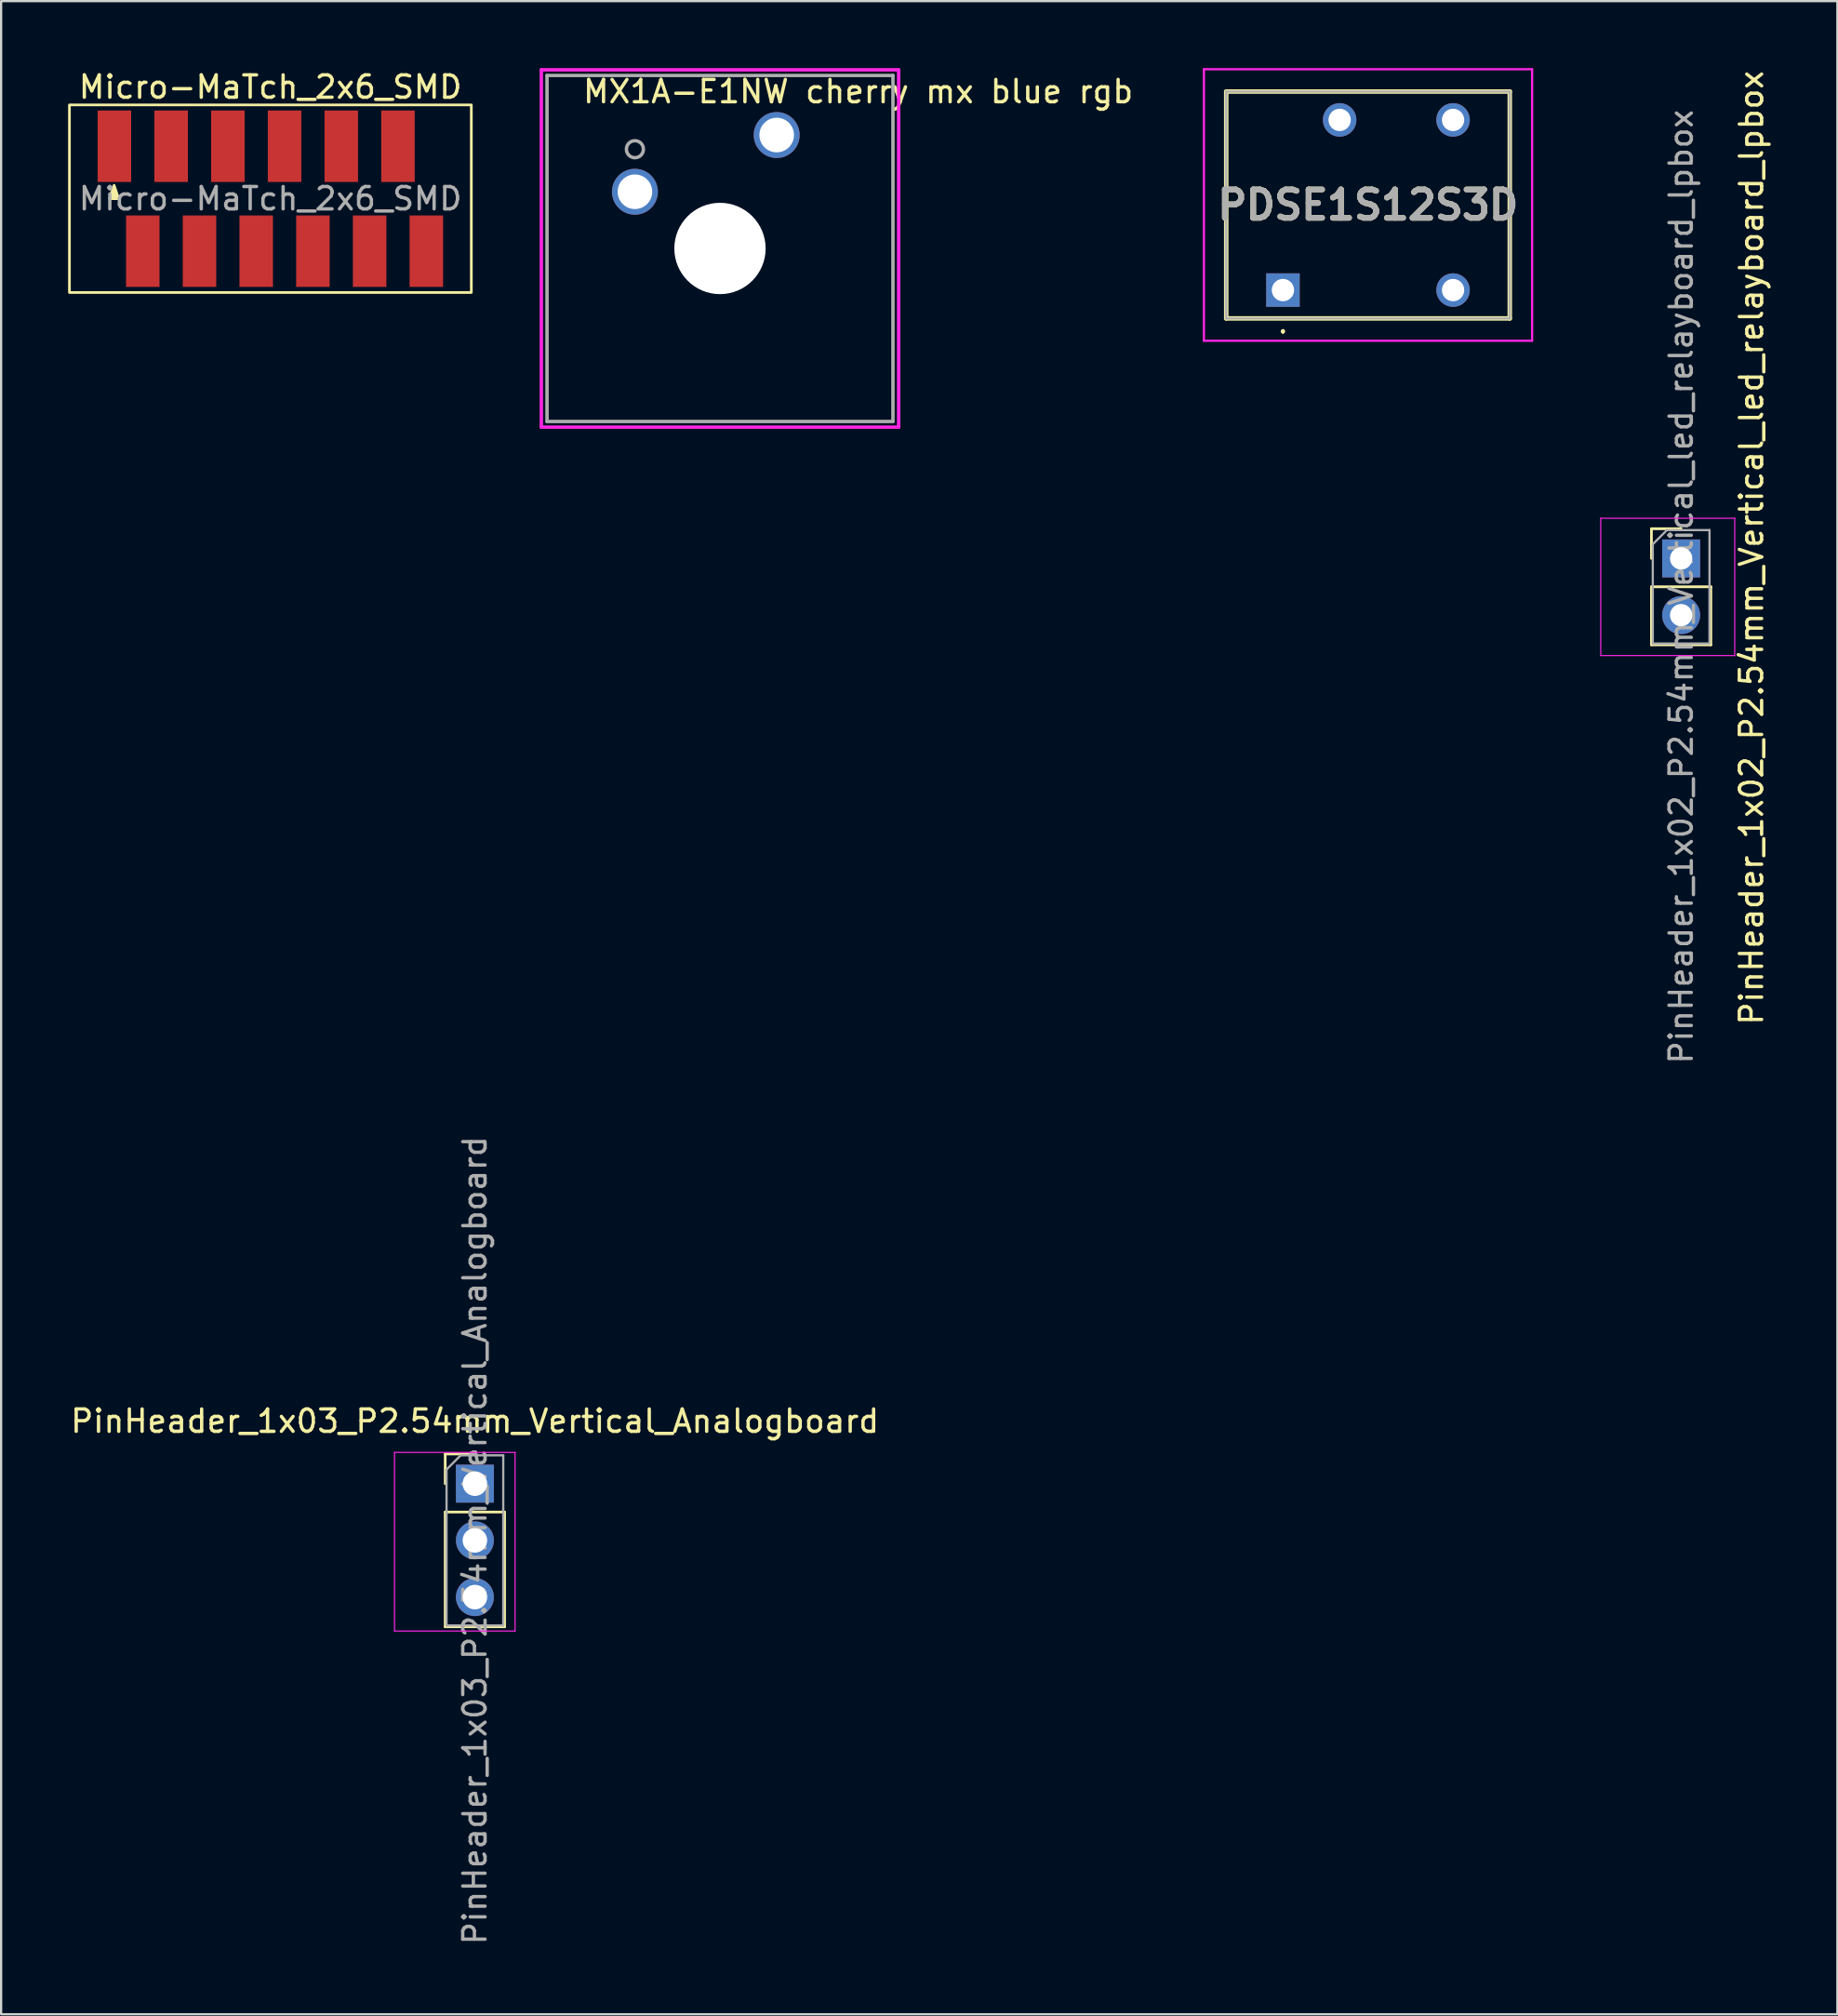
<source format=kicad_pcb>
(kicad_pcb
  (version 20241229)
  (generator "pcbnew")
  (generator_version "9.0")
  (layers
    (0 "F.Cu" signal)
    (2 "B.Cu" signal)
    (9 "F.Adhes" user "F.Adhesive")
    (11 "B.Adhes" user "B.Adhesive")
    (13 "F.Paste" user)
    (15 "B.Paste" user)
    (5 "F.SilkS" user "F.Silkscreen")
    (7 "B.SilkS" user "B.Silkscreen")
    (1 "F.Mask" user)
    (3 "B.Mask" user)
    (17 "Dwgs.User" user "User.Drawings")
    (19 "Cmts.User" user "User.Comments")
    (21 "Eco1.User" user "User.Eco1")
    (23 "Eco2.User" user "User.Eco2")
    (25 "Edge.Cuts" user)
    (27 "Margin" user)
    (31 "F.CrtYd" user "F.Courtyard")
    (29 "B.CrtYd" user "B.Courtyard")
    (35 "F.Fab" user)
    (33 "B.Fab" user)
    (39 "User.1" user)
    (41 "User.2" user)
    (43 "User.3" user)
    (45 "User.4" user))
  (footprint "PinHeader_1x02_P2.54mm_Vertical_led_relayboard_lpbox"
    (layer "F.Cu")
    (at 72.246 21.957)
    (property "Reference" "PinHeader_1x02_P2.54mm_Vertical_led_relayboard_lpbox" (at 3.15 -0.475 270) (layer "F.SilkS") (effects (font (size 1 1) (thickness 0.15))))
    (attr through_hole)
    (fp_line (start -1.33 -1.33) (end 0 -1.33) (stroke (width 0.12) (type solid)) (layer "F.SilkS"))
    (fp_line (start -1.33 0) (end -1.33 -1.33) (stroke (width 0.12) (type solid)) (layer "F.SilkS"))
    (fp_line (start -1.33 1.27) (end -1.33 3.87) (stroke (width 0.12) (type solid)) (layer "F.SilkS"))
    (fp_line (start -1.33 1.27) (end 1.33 1.27) (stroke (width 0.12) (type solid)) (layer "F.SilkS"))
    (fp_line (start -1.33 3.87) (end 1.33 3.87) (stroke (width 0.12) (type solid)) (layer "F.SilkS"))
    (fp_line (start 1.33 1.27) (end 1.33 3.87) (stroke (width 0.12) (type solid)) (layer "F.SilkS"))
    (fp_line (start -3.6 -1.8) (end -3.6 4.35) (stroke (width 0.05) (type solid)) (layer "F.CrtYd"))
    (fp_line (start -3.6 4.35) (end 2.4 4.35) (stroke (width 0.05) (type solid)) (layer "F.CrtYd"))
    (fp_line (start 2.4 -1.8) (end -3.6 -1.8) (stroke (width 0.05) (type solid)) (layer "F.CrtYd"))
    (fp_line (start 2.4 4.35) (end 2.4 -1.8) (stroke (width 0.05) (type solid)) (layer "F.CrtYd"))
    (fp_line (start -1.27 -0.635) (end -0.635 -1.27) (stroke (width 0.1) (type solid)) (layer "F.Fab"))
    (fp_line (start -1.27 3.81) (end -1.27 -0.635) (stroke (width 0.1) (type solid)) (layer "F.Fab"))
    (fp_line (start -0.635 -1.27) (end 1.27 -1.27) (stroke (width 0.1) (type solid)) (layer "F.Fab"))
    (fp_line (start 1.27 -1.27) (end 1.27 3.81) (stroke (width 0.1) (type solid)) (layer "F.Fab"))
    (fp_line (start 1.27 3.81) (end -1.27 3.81) (stroke (width 0.1) (type solid)) (layer "F.Fab"))
    (fp_text user "${REFERENCE}" (at 0 1.27 270) (layer "F.Fab") (effects (font (size 1 1) (thickness 0.15))))
    (pad "1" thru_hole rect (at 0 0) (size 1.7 1.7) (drill 1) (layers "*.Cu" "*.Mask"))
    (pad "2" thru_hole oval (at 0 2.54) (size 1.7 1.7) (drill 1) (layers "*.Cu" "*.Mask")))
  (footprint "PinHeader_1x03_P2.54mm_Vertical_Analogboard"
    (layer "F.Cu")
    (at 18.22 63.39)
    (property "Reference" "PinHeader_1x03_P2.54mm_Vertical_Analogboard" (at 0 -2.8 0) (layer "F.SilkS") (effects (font (size 1 1) (thickness 0.15))))
    (attr through_hole)
    (fp_line (start -1.33 -1.33) (end 0 -1.33) (stroke (width 0.12) (type solid)) (layer "F.SilkS"))
    (fp_line (start -1.33 0) (end -1.33 -1.33) (stroke (width 0.12) (type solid)) (layer "F.SilkS"))
    (fp_line (start -1.33 1.27) (end -1.33 6.41) (stroke (width 0.12) (type solid)) (layer "F.SilkS"))
    (fp_line (start -1.33 1.27) (end 1.33 1.27) (stroke (width 0.12) (type solid)) (layer "F.SilkS"))
    (fp_line (start -1.33 6.41) (end 1.33 6.41) (stroke (width 0.12) (type solid)) (layer "F.SilkS"))
    (fp_line (start 1.33 1.27) (end 1.33 6.41) (stroke (width 0.12) (type solid)) (layer "F.SilkS"))
    (fp_line (start -3.6 -1.4) (end -3.6 6.6) (stroke (width 0.05) (type solid)) (layer "F.CrtYd"))
    (fp_line (start -3.6 6.6) (end 1.8 6.6) (stroke (width 0.05) (type solid)) (layer "F.CrtYd"))
    (fp_line (start 1.8 -1.4) (end -3.6 -1.4) (stroke (width 0.05) (type solid)) (layer "F.CrtYd"))
    (fp_line (start 1.8 6.6) (end 1.8 -1.4) (stroke (width 0.05) (type solid)) (layer "F.CrtYd"))
    (fp_line (start -1.27 -0.635) (end -0.635 -1.27) (stroke (width 0.1) (type solid)) (layer "F.Fab"))
    (fp_line (start -1.27 6.35) (end -1.27 -0.635) (stroke (width 0.1) (type solid)) (layer "F.Fab"))
    (fp_line (start -0.635 -1.27) (end 1.27 -1.27) (stroke (width 0.1) (type solid)) (layer "F.Fab"))
    (fp_line (start 1.27 -1.27) (end 1.27 6.35) (stroke (width 0.1) (type solid)) (layer "F.Fab"))
    (fp_line (start 1.27 6.35) (end -1.27 6.35) (stroke (width 0.1) (type solid)) (layer "F.Fab"))
    (fp_text user "${REFERENCE}" (at 0 2.54 90) (layer "F.Fab") (effects (font (size 1 1) (thickness 0.15))))
    (pad "1" thru_hole rect (at 0 0) (size 1.7 1.7) (drill 1.1) (layers "*.Cu" "*.Mask"))
    (pad "2" thru_hole oval (at 0 2.54) (size 1.7 1.7) (drill 1.1) (layers "*.Cu" "*.Mask"))
    (pad "3" thru_hole oval (at 0 5.08) (size 1.7 1.7) (drill 1.1) (layers "*.Cu" "*.Mask")))
  (footprint "MX1A-E1NW cherry mx blue rgb"
    (layer "F.Cu")
    (at 25.387 5.537)
    (property "Reference" "MX1A-E1NW cherry mx blue rgb" (at 9.999 -4.486 180) (layer "F.SilkS") (effects (font (size 1 1) (thickness 0.15))))
    (attr through_hole)
    (fp_line (start -4.191 -5.461) (end -4.191 10.541) (stroke (width 0.152) (type solid)) (layer "F.CrtYd"))
    (fp_line (start -4.191 10.541) (end 11.811 10.541) (stroke (width 0.152) (type solid)) (layer "F.CrtYd"))
    (fp_line (start 11.811 -5.461) (end -4.191 -5.461) (stroke (width 0.152) (type solid)) (layer "F.CrtYd"))
    (fp_line (start 11.811 10.541) (end 11.811 -5.461) (stroke (width 0.152) (type solid)) (layer "F.CrtYd"))
    (fp_line (start -3.937 -5.207) (end -3.937 10.287) (stroke (width 0.152) (type solid)) (layer "F.Fab"))
    (fp_line (start -3.937 10.287) (end 11.557 10.287) (stroke (width 0.152) (type solid)) (layer "F.Fab"))
    (fp_line (start 11.557 -5.207) (end -3.937 -5.207) (stroke (width 0.152) (type solid)) (layer "F.Fab"))
    (fp_line (start 11.557 10.287) (end 11.557 -5.207) (stroke (width 0.152) (type solid)) (layer "F.Fab"))
    (fp_circle (center 0 -1.905) (end 0.381 -1.905) (stroke (width 0.152) (type solid)) (fill no) (layer "F.Fab"))
    (fp_text user "Copyright 2016 Accelerated Designs. All rights reserved." (at 0 0 180) (layer "Cmts.User") (effects (font (size 0.127 0.127) (thickness 0.002))))
    (pad "" np_thru_hole circle (at 3.81 2.54) (size 4.089 4.089) (drill 4.089) (layers "*.Cu" "*.Mask"))
    (pad "1" thru_hole circle (at 0 0) (size 2.057 2.057) (drill 1.549) (layers "*.Cu" "*.Mask"))
    (pad "2" thru_hole circle (at 6.35 -2.54) (size 2.057 2.057) (drill 1.549) (layers "*.Cu" "*.Mask")))
  (footprint "Micro-MaTch_2x6_SMD"
    (layer "F.Cu")
    (at 9.06 5.848)
    (property "Reference" "Micro-MaTch_2x6_SMD" (at 0 -5 0) (unlocked yes) (layer "F.SilkS") (effects (font (size 1 1) (thickness 0.15))))
    (attr smd)
    (fp_rect (start -9 -4.2) (end 9 4.2) (stroke (width 0.12) (type solid)) (fill no) (layer "F.SilkS"))
    (fp_poly (pts (xy -7 -0.6) (xy -6.8 0) (xy -7.2 0)) (stroke (width 0.12) (type solid)) (fill yes) (layer "F.SilkS"))
    (fp_text user "${REFERENCE}" (at 0 0 0) (unlocked yes) (layer "F.Fab") (effects (font (size 1 1) (thickness 0.15))))
    (pad "1" smd rect (at -6.985 -2.35) (size 1.5 3.2) (layers "F.Cu" "F.Mask" "F.Paste"))
    (pad "2" smd rect (at -5.715 2.35) (size 1.5 3.2) (layers "F.Cu" "F.Mask" "F.Paste"))
    (pad "3" smd rect (at -4.445 -2.35) (size 1.5 3.2) (layers "F.Cu" "F.Mask" "F.Paste"))
    (pad "4" smd rect (at -3.175 2.35) (size 1.5 3.2) (layers "F.Cu" "F.Mask" "F.Paste"))
    (pad "5" smd rect (at -1.905 -2.35) (size 1.5 3.2) (layers "F.Cu" "F.Mask" "F.Paste"))
    (pad "6" smd rect (at -0.635 2.35) (size 1.5 3.2) (layers "F.Cu" "F.Mask" "F.Paste"))
    (pad "7" smd rect (at 0.635 -2.35) (size 1.5 3.2) (layers "F.Cu" "F.Mask" "F.Paste"))
    (pad "8" smd rect (at 1.905 2.35) (size 1.5 3.2) (layers "F.Cu" "F.Mask" "F.Paste"))
    (pad "9" smd rect (at 3.175 -2.35) (size 1.5 3.2) (layers "F.Cu" "F.Mask" "F.Paste"))
    (pad "10" smd rect (at 4.445 2.35) (size 1.5 3.2) (layers "F.Cu" "F.Mask" "F.Paste"))
    (pad "11" smd rect (at 5.715 -2.35) (size 1.5 3.2) (layers "F.Cu" "F.Mask" "F.Paste"))
    (pad "12" smd rect (at 6.985 2.35) (size 1.5 3.2) (layers "F.Cu" "F.Mask" "F.Paste")))
  (footprint "PDSE1S12S3D"
    (layer "F.Cu")
    (at 54.411 9.94)
    (property "Reference" "PDSE1S12S3D" (at 3.81 -3.81 0) (layer "F.SilkS") (effects (font (size 1.27 1.27) (thickness 0.254))))
    (attr through_hole)
    (fp_line (start -2.54 -8.89) (end 10.16 -8.89) (stroke (width 0.2) (type solid)) (layer "F.SilkS"))
    (fp_line (start -2.54 1.27) (end -2.54 -8.89) (stroke (width 0.2) (type solid)) (layer "F.SilkS"))
    (fp_line (start 0 1.8) (end 0 1.8) (stroke (width 0.1) (type solid)) (layer "F.SilkS"))
    (fp_line (start 0 1.9) (end 0 1.9) (stroke (width 0.1) (type solid)) (layer "F.SilkS"))
    (fp_line (start 10.16 -8.89) (end 10.16 1.27) (stroke (width 0.2) (type solid)) (layer "F.SilkS"))
    (fp_line (start 10.16 1.27) (end -2.54 1.27) (stroke (width 0.2) (type solid)) (layer "F.SilkS"))
    (fp_arc (start 0 1.8) (mid 0.05 1.85) (end 0 1.9) (stroke (width 0.1) (type solid)) (layer "F.SilkS"))
    (fp_arc (start 0 1.9) (mid -0.05 1.85) (end 0 1.8) (stroke (width 0.1) (type solid)) (layer "F.SilkS"))
    (fp_line (start -3.54 -9.89) (end 11.16 -9.89) (stroke (width 0.1) (type solid)) (layer "F.CrtYd"))
    (fp_line (start -3.54 2.27) (end -3.54 -9.89) (stroke (width 0.1) (type solid)) (layer "F.CrtYd"))
    (fp_line (start 11.16 -9.89) (end 11.16 2.27) (stroke (width 0.1) (type solid)) (layer "F.CrtYd"))
    (fp_line (start 11.16 2.27) (end -3.54 2.27) (stroke (width 0.1) (type solid)) (layer "F.CrtYd"))
    (fp_line (start -2.54 -8.89) (end 10.16 -8.89) (stroke (width 0.1) (type solid)) (layer "F.Fab"))
    (fp_line (start -2.54 1.27) (end -2.54 -8.89) (stroke (width 0.1) (type solid)) (layer "F.Fab"))
    (fp_line (start 10.16 -8.89) (end 10.16 1.27) (stroke (width 0.1) (type solid)) (layer "F.Fab"))
    (fp_line (start 10.16 1.27) (end -2.54 1.27) (stroke (width 0.1) (type solid)) (layer "F.Fab"))
    (fp_text user "${REFERENCE}" (at 3.81 -3.81 0) (layer "F.Fab") (effects (font (size 1.27 1.27) (thickness 0.254))))
    (pad "1" thru_hole rect (at 0 0) (size 1.5 1.5) (drill 1) (layers "*.Cu" "*.Mask"))
    (pad "4" thru_hole circle (at 7.62 0) (size 1.5 1.5) (drill 1) (layers "*.Cu" "*.Mask"))
    (pad "5" thru_hole circle (at 7.62 -7.62) (size 1.5 1.5) (drill 1) (layers "*.Cu" "*.Mask"))
    (pad "7" thru_hole circle (at 2.54 -7.62) (size 1.5 1.5) (drill 1) (layers "*.Cu" "*.Mask")))
  (gr_rect
    (start -3 -3)
    (end 79.244 87.15)
    (stroke (width 0.1) (type default))
    (fill no)
    (layer "Edge.Cuts")))
</source>
